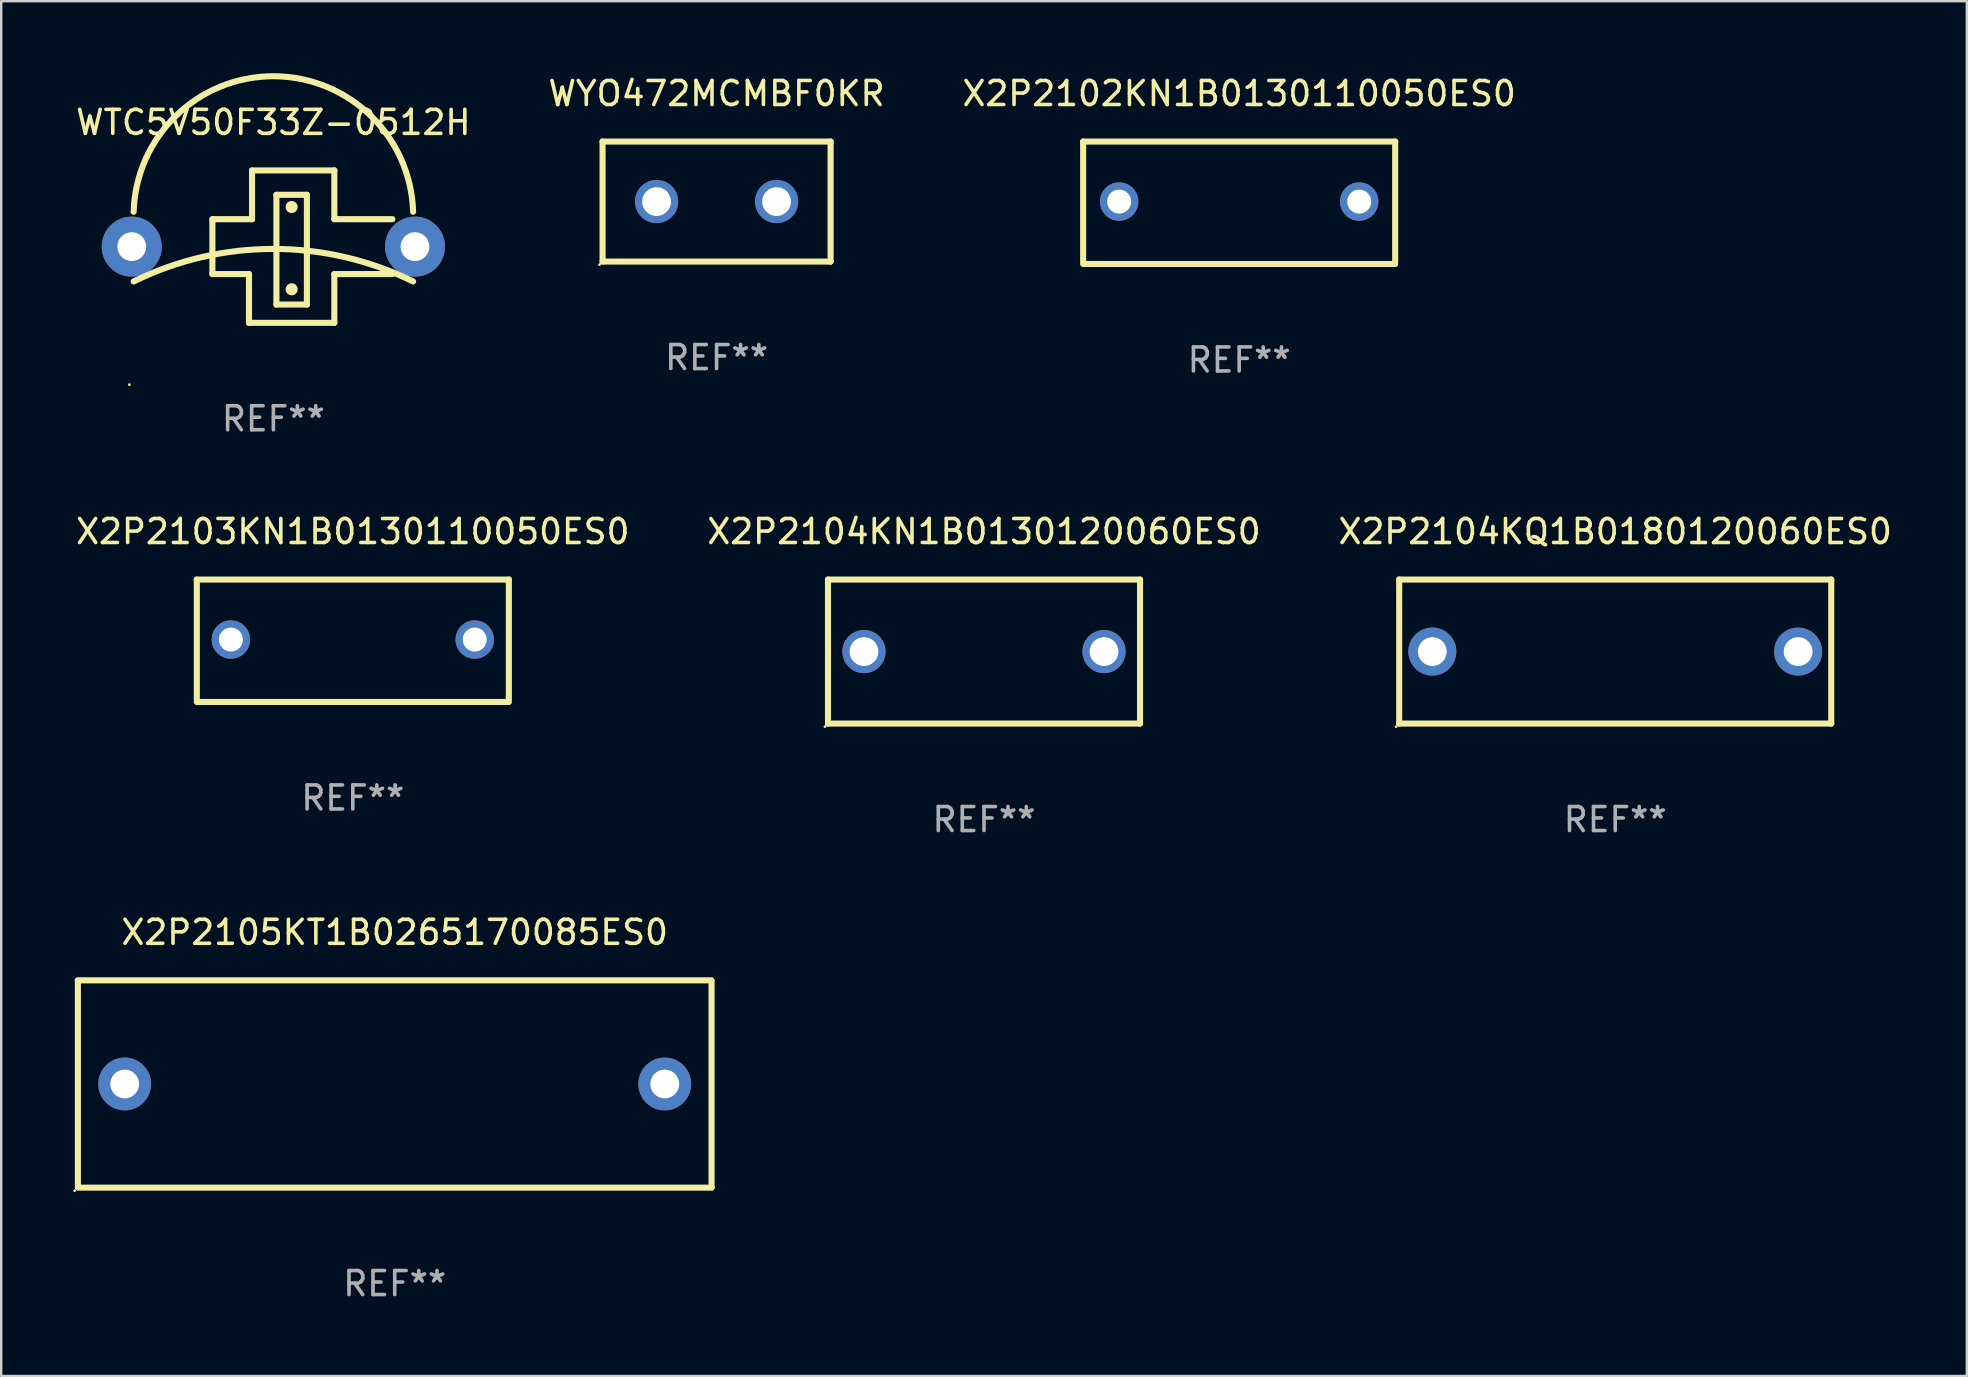
<source format=kicad_pcb>
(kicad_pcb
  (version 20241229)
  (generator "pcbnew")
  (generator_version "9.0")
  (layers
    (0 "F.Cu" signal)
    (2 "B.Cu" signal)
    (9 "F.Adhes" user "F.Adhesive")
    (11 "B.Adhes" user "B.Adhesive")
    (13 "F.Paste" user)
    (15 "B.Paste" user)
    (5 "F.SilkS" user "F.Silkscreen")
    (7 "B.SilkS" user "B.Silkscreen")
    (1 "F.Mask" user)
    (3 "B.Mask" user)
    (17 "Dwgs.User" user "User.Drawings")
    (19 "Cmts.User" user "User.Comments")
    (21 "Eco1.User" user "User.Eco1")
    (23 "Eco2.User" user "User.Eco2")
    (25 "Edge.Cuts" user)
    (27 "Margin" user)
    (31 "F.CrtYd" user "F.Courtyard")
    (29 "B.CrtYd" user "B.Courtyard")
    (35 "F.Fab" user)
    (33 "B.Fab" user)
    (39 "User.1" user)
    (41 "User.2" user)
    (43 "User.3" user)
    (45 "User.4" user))
  (footprint "X2P2104KN1B0130120060ES0"
    (layer "F.Cu")
    (at 37.946 24.096)
    (property "Reference" "X2P2104KN1B0130120060ES0" (at 0 -5 0) (layer "F.SilkS") (effects (font (size 1 1) (thickness 0.15))))
    (attr through_hole)
    (fp_line (start -6.5 -3) (end 6.5 -3) (stroke (width 0.254) (type solid)) (layer "F.SilkS"))
    (fp_line (start -6.5 3) (end -6.5 -3) (stroke (width 0.254) (type solid)) (layer "F.SilkS"))
    (fp_line (start -6.5 3) (end 6.5 3) (stroke (width 0.254) (type solid)) (layer "F.SilkS"))
    (fp_line (start 6.5 -3) (end 6.5 3) (stroke (width 0.254) (type solid)) (layer "F.SilkS"))
    (fp_circle (center -6.627 3.127) (end -6.597 3.127) (stroke (width 0.06) (type solid)) (fill no) (layer "F.SilkS"))
    (fp_text user "REF**" (at 0 7 0) (layer "F.Fab") (effects (font (size 1 1) (thickness 0.15))))
    (pad "1" thru_hole circle (at -5 0) (size 1.8 1.8) (drill 1.2) (layers "*.Cu" "*.Mask"))
    (pad "2" thru_hole circle (at 5 0) (size 1.8 1.8) (drill 1.2) (layers "*.Cu" "*.Mask")))
  (footprint "X2P2102KN1B0130110050ES0"
    (layer "F.Cu")
    (at 48.577 5.398)
    (property "Reference" "X2P2102KN1B0130110050ES0" (at 0 -4.55 0) (layer "F.SilkS") (effects (font (size 1 1) (thickness 0.15))))
    (attr through_hole)
    (fp_line (start -6.5 -2.55) (end 6.5 -2.55) (stroke (width 0.254) (type solid)) (layer "F.SilkS"))
    (fp_line (start -6.5 2.45) (end -6.5 -2.55) (stroke (width 0.254) (type solid)) (layer "F.SilkS"))
    (fp_line (start 6.5 -2.55) (end 6.5 2.45) (stroke (width 0.254) (type solid)) (layer "F.SilkS"))
    (fp_line (start 6.5 2.55) (end -6.5 2.55) (stroke (width 0.254) (type solid)) (layer "F.SilkS"))
    (fp_circle (center -6.5 2.45) (end -6.47 2.45) (stroke (width 0.06) (type solid)) (fill no) (layer "F.SilkS"))
    (fp_text user "REF**" (at 0 6.55 0) (layer "F.Fab") (effects (font (size 1 1) (thickness 0.15))))
    (pad "1" thru_hole circle (at -5 -0.05) (size 1.6 1.6) (drill 1) (layers "*.Cu" "*.Mask"))
    (pad "2" thru_hole circle (at 5 -0.05) (size 1.6 1.6) (drill 1) (layers "*.Cu" "*.Mask")))
  (footprint "X2P2103KN1B0130110050ES0"
    (layer "F.Cu")
    (at 11.649 23.646)
    (property "Reference" "X2P2103KN1B0130110050ES0" (at 0 -4.55 0) (layer "F.SilkS") (effects (font (size 1 1) (thickness 0.15))))
    (attr through_hole)
    (fp_line (start -6.5 -2.55) (end 6.5 -2.55) (stroke (width 0.254) (type solid)) (layer "F.SilkS"))
    (fp_line (start -6.5 2.45) (end -6.5 -2.55) (stroke (width 0.254) (type solid)) (layer "F.SilkS"))
    (fp_line (start 6.5 -2.55) (end 6.5 2.45) (stroke (width 0.254) (type solid)) (layer "F.SilkS"))
    (fp_line (start 6.5 2.55) (end -6.5 2.55) (stroke (width 0.254) (type solid)) (layer "F.SilkS"))
    (fp_circle (center -6.5 2.45) (end -6.47 2.45) (stroke (width 0.06) (type solid)) (fill no) (layer "F.SilkS"))
    (fp_text user "REF**" (at 0 6.55 0) (layer "F.Fab") (effects (font (size 1 1) (thickness 0.15))))
    (pad "1" thru_hole circle (at -5.08 -0.05) (size 1.6 1.6) (drill 1) (layers "*.Cu" "*.Mask"))
    (pad "2" thru_hole circle (at 5.08 -0.05) (size 1.6 1.6) (drill 1) (layers "*.Cu" "*.Mask")))
  (footprint "WTC5V50F33Z-0512H"
    (layer "F.Cu")
    (at 8.339 7.225)
    (property "Reference" "WTC5V50F33Z-0512H" (at 0 -5.175 0) (layer "F.SilkS") (effects (font (size 1 1) (thickness 0.15))))
    (attr through_hole)
    (fp_line (start -2.54 -1.143) (end -2.54 1.143) (stroke (width 0.254) (type solid)) (layer "F.SilkS"))
    (fp_line (start -2.54 -1.143) (end -0.889 -1.143) (stroke (width 0.254) (type solid)) (layer "F.SilkS"))
    (fp_line (start -2.54 1.143) (end -1.016 1.143) (stroke (width 0.254) (type solid)) (layer "F.SilkS"))
    (fp_line (start -1.016 1.143) (end -1.016 3.175) (stroke (width 0.254) (type solid)) (layer "F.SilkS"))
    (fp_line (start -1.016 3.175) (end 2.54 3.175) (stroke (width 0.254) (type solid)) (layer "F.SilkS"))
    (fp_line (start -0.889 -3.175) (end 2.54 -3.175) (stroke (width 0.254) (type solid)) (layer "F.SilkS"))
    (fp_line (start -0.889 -1.143) (end -0.889 -3.175) (stroke (width 0.254) (type solid)) (layer "F.SilkS"))
    (fp_line (start 0.127 -2.159) (end 0.127 2.413) (stroke (width 0.254) (type solid)) (layer "F.SilkS"))
    (fp_line (start 0.127 2.413) (end 1.397 2.413) (stroke (width 0.254) (type solid)) (layer "F.SilkS"))
    (fp_line (start 1.397 -2.159) (end 0.127 -2.159) (stroke (width 0.254) (type solid)) (layer "F.SilkS"))
    (fp_line (start 1.397 2.413) (end 1.397 -2.159) (stroke (width 0.254) (type solid)) (layer "F.SilkS"))
    (fp_line (start 2.54 -3.175) (end 2.54 -1.143) (stroke (width 0.254) (type solid)) (layer "F.SilkS"))
    (fp_line (start 2.54 -1.143) (end 4.959 -1.143) (stroke (width 0.254) (type solid)) (layer "F.SilkS"))
    (fp_line (start 2.54 1.143) (end 4.959 1.143) (stroke (width 0.254) (type solid)) (layer "F.SilkS"))
    (fp_line (start 2.54 3.175) (end 2.54 1.143) (stroke (width 0.254) (type solid)) (layer "F.SilkS"))
    (fp_arc (start -5.821793 -1.451536) (mid 0 -7.09785) (end 5.821793 -1.451537) (stroke (width 0.254001) (type solid)) (layer "F.SilkS"))
    (fp_arc (start -5.821793 1.451537) (mid 0 0.095771) (end 5.821793 1.451537) (stroke (width 0.254001) (type solid)) (layer "F.SilkS"))
    (fp_circle (center -6 5.75) (end -5.97 5.75) (stroke (width 0.06) (type solid)) (fill no) (layer "F.SilkS"))
    (fp_circle (center 0.762 -1.651) (end 0.889 -1.651) (stroke (width 0.254) (type solid)) (fill no) (layer "F.SilkS"))
    (fp_circle (center 0.762 1.778) (end 0.889 1.778) (stroke (width 0.254) (type solid)) (fill no) (layer "F.SilkS"))
    (fp_text user "+" (at -5.088 -1.146 0) (layer "B.Mask") (effects (font (size 1 1) (thickness 0.15))))
    (fp_text user "REF**" (at 0 7.175 0) (layer "F.Fab") (effects (font (size 1 1) (thickness 0.15))))
    (pad "1" thru_hole circle (at -5.9 0) (size 2.5 2.5) (drill 1.2) (layers "*.Cu" "*.Mask"))
    (pad "2" thru_hole circle (at 5.9 0) (size 2.5 2.5) (drill 1.2) (layers "*.Cu" "*.Mask")))
  (footprint "WYO472MCMBF0KR"
    (layer "F.Cu")
    (at 26.804 5.348)
    (property "Reference" "WYO472MCMBF0KR" (at 0 -4.5 0) (layer "F.SilkS") (effects (font (size 1 1) (thickness 0.15))))
    (attr through_hole)
    (fp_line (start -4.75 -2.5) (end 4.75 -2.5) (stroke (width 0.254) (type solid)) (layer "F.SilkS"))
    (fp_line (start -4.75 2.5) (end -4.75 -2.5) (stroke (width 0.254) (type solid)) (layer "F.SilkS"))
    (fp_line (start 4.75 -2.5) (end 4.75 2.5) (stroke (width 0.254) (type solid)) (layer "F.SilkS"))
    (fp_line (start 4.75 2.5) (end -4.75 2.5) (stroke (width 0.254) (type solid)) (layer "F.SilkS"))
    (fp_circle (center -4.877 2.627) (end -4.847 2.627) (stroke (width 0.06) (type solid)) (fill no) (layer "F.SilkS"))
    (fp_text user "REF**" (at 0 6.5 0) (layer "F.Fab") (effects (font (size 1 1) (thickness 0.15))))
    (pad "1" thru_hole circle (at -2.5 0) (size 1.8 1.8) (drill 1.2) (layers "*.Cu" "*.Mask"))
    (pad "2" thru_hole circle (at 2.5 0) (size 1.8 1.8) (drill 1.2) (layers "*.Cu" "*.Mask")))
  (footprint "X2P2105KT1B0265170085ES0"
    (layer "F.Cu")
    (at 13.395 42.111)
    (property "Reference" "X2P2105KT1B0265170085ES0" (at 0 -6.318 0) (layer "F.SilkS") (effects (font (size 1 1) (thickness 0.15))))
    (attr through_hole)
    (fp_line (start -13.208 -4.318) (end 13.193 -4.318) (stroke (width 0.254) (type solid)) (layer "F.SilkS"))
    (fp_line (start -13.2 4.3) (end -13.2 -4.3) (stroke (width 0.254) (type solid)) (layer "F.SilkS"))
    (fp_line (start 13.2 -4.3) (end 13.2 4.3) (stroke (width 0.254) (type solid)) (layer "F.SilkS"))
    (fp_line (start 13.208 4.318) (end -13.193 4.318) (stroke (width 0.254) (type solid)) (layer "F.SilkS"))
    (fp_circle (center -13.335 4.445) (end -13.305 4.445) (stroke (width 0.06) (type solid)) (fill no) (layer "F.SilkS"))
    (fp_text user "REF**" (at 0 8.318 0) (layer "F.Fab") (effects (font (size 1 1) (thickness 0.15))))
    (pad "1" thru_hole circle (at -11.25 0) (size 2.2 2.2) (drill 1.2) (layers "*.Cu" "*.Mask"))
    (pad "2" thru_hole circle (at 11.25 0) (size 2.2 2.2) (drill 1.2) (layers "*.Cu" "*.Mask")))
  (footprint "X2P2104KQ1B0180120060ES0"
    (layer "F.Cu")
    (at 64.244 24.096)
    (property "Reference" "X2P2104KQ1B0180120060ES0" (at 0 -5 0) (layer "F.SilkS") (effects (font (size 1 1) (thickness 0.15))))
    (attr through_hole)
    (fp_line (start -9 -3) (end 9 -3) (stroke (width 0.254) (type solid)) (layer "F.SilkS"))
    (fp_line (start -9 3) (end -9 -3) (stroke (width 0.254) (type solid)) (layer "F.SilkS"))
    (fp_line (start 9 -3) (end 9 3) (stroke (width 0.254) (type solid)) (layer "F.SilkS"))
    (fp_line (start 9 3) (end -9 3) (stroke (width 0.254) (type solid)) (layer "F.SilkS"))
    (fp_circle (center -9.127 3.127) (end -9.097 3.127) (stroke (width 0.06) (type solid)) (fill no) (layer "F.SilkS"))
    (fp_text user "REF**" (at 0 7 0) (layer "F.Fab") (effects (font (size 1 1) (thickness 0.15))))
    (pad "1" thru_hole circle (at -7.62 0) (size 2 2) (drill 1.2) (layers "*.Cu" "*.Mask"))
    (pad "2" thru_hole circle (at 7.62 0) (size 2 2) (drill 1.2) (layers "*.Cu" "*.Mask")))
  (gr_rect
    (start -3 -3)
    (end 78.893 54.277)
    (stroke (width 0.1) (type default))
    (fill no)
    (layer "Edge.Cuts")))
</source>
